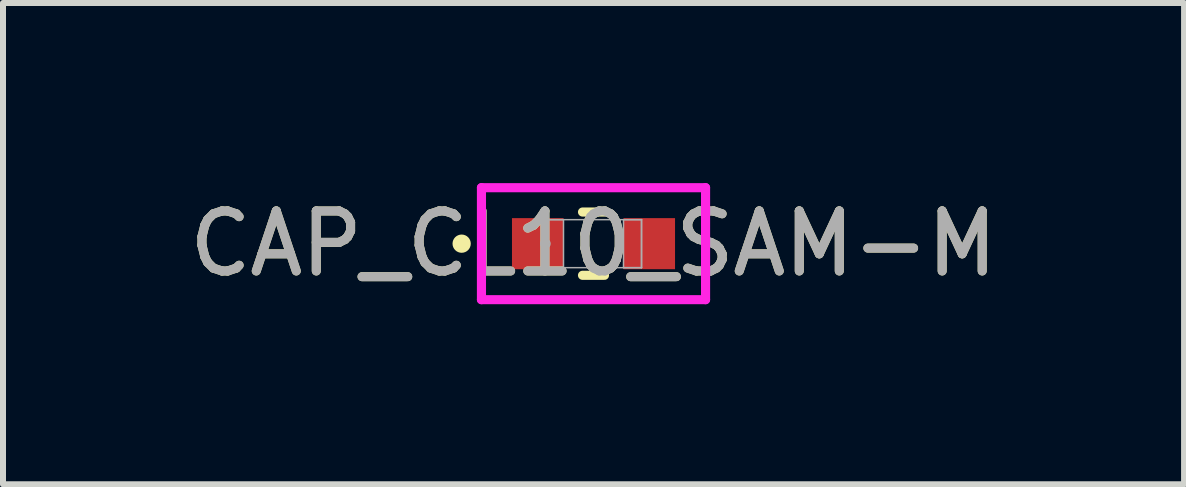
<source format=kicad_pcb>
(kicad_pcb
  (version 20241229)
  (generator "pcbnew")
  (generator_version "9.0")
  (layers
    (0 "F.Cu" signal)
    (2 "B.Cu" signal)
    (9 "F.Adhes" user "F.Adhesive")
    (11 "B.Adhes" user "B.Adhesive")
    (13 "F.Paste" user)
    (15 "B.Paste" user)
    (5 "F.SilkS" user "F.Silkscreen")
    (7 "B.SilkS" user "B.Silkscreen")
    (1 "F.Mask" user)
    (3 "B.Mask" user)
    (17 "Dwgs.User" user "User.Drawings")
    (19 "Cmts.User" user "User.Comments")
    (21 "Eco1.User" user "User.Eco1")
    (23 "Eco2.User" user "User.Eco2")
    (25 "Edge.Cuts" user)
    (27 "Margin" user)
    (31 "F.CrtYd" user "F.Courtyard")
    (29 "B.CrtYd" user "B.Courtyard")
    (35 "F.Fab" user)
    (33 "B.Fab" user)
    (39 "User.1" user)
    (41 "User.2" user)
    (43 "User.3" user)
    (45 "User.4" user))
  (footprint "CAP_CL10_SAM-M"
    (layer "F.Cu")
    (at 6.839 1.01)
    (property "Reference" "CAP_CL10_SAM-M" (at 0 0 0) (unlocked yes) (layer "F.SilkS") (effects (font (size 1 1) (thickness 0.15))))
    (attr smd)
    (fp_line (start -0.183 0.527) (end 0.183 0.527) (stroke (width 0.152) (type solid)) (layer "F.SilkS"))
    (fp_line (start 0.183 -0.527) (end -0.183 -0.527) (stroke (width 0.152) (type solid)) (layer "F.SilkS"))
    (fp_circle (center -2.197 0) (end -2.121 0) (stroke (width 0.152) (type solid)) (fill no) (layer "F.SilkS"))
    (fp_line (start -1.867 -0.933) (end 1.867 -0.933) (stroke (width 0.152) (type solid)) (layer "F.CrtYd"))
    (fp_line (start -1.867 0.933) (end -1.867 -0.933) (stroke (width 0.152) (type solid)) (layer "F.CrtYd"))
    (fp_line (start 1.867 -0.933) (end 1.867 0.933) (stroke (width 0.152) (type solid)) (layer "F.CrtYd"))
    (fp_line (start 1.867 0.933) (end -1.867 0.933) (stroke (width 0.152) (type solid)) (layer "F.CrtYd"))
    (fp_line (start -0.8 -0.4) (end -0.8 0.4) (stroke (width 0.025) (type solid)) (layer "F.Fab"))
    (fp_line (start -0.8 -0.4) (end -0.8 0.4) (stroke (width 0.025) (type solid)) (layer "F.Fab"))
    (fp_line (start -0.8 0.4) (end -0.5 0.4) (stroke (width 0.025) (type solid)) (layer "F.Fab"))
    (fp_line (start -0.8 0.4) (end 0.8 0.4) (stroke (width 0.025) (type solid)) (layer "F.Fab"))
    (fp_line (start -0.5 -0.4) (end -0.8 -0.4) (stroke (width 0.025) (type solid)) (layer "F.Fab"))
    (fp_line (start -0.5 0.4) (end -0.5 -0.4) (stroke (width 0.025) (type solid)) (layer "F.Fab"))
    (fp_line (start 0.5 -0.4) (end 0.5 0.4) (stroke (width 0.025) (type solid)) (layer "F.Fab"))
    (fp_line (start 0.5 0.4) (end 0.8 0.4) (stroke (width 0.025) (type solid)) (layer "F.Fab"))
    (fp_line (start 0.8 -0.4) (end -0.8 -0.4) (stroke (width 0.025) (type solid)) (layer "F.Fab"))
    (fp_line (start 0.8 -0.4) (end 0.5 -0.4) (stroke (width 0.025) (type solid)) (layer "F.Fab"))
    (fp_line (start 0.8 0.4) (end 0.8 -0.4) (stroke (width 0.025) (type solid)) (layer "F.Fab"))
    (fp_line (start 0.8 0.4) (end 0.8 -0.4) (stroke (width 0.025) (type solid)) (layer "F.Fab"))
    (fp_circle (center -0.802 0) (end -0.726 0) (stroke (width 0.025) (type solid)) (fill no) (layer "F.Fab"))
    (fp_text user "${REFERENCE}" (at 0 0 0) (unlocked yes) (layer "F.Fab") (effects (font (size 1 1) (thickness 0.15))))
    (pad "1" smd rect (at -0.929 0) (size 0.859 0.851) (layers "F.Cu" "F.Mask" "F.Paste"))
    (pad "2" smd rect (at 0.929 0) (size 0.859 0.851) (layers "F.Cu" "F.Mask" "F.Paste"))
    (zone (net_name "") (layer "F.Cu") (hatch full 0.508) (connect_pads) (min_thickness 0.254) (filled_areas_thickness no) (keepout (tracks not_allowed) (vias not_allowed) (pads allowed) (copperpour not_allowed) (footprints allowed)) (placement (enabled no)) (fill) (polygon (pts (xy 6.39 0.66) (xy 7.288 0.66) (xy 7.288 1.359) (xy 6.39 1.359)))))
  (gr_rect
    (start -3 -3)
    (end 16.679 5.019)
    (stroke (width 0.1) (type default))
    (fill no)
    (layer "Edge.Cuts")))
</source>
